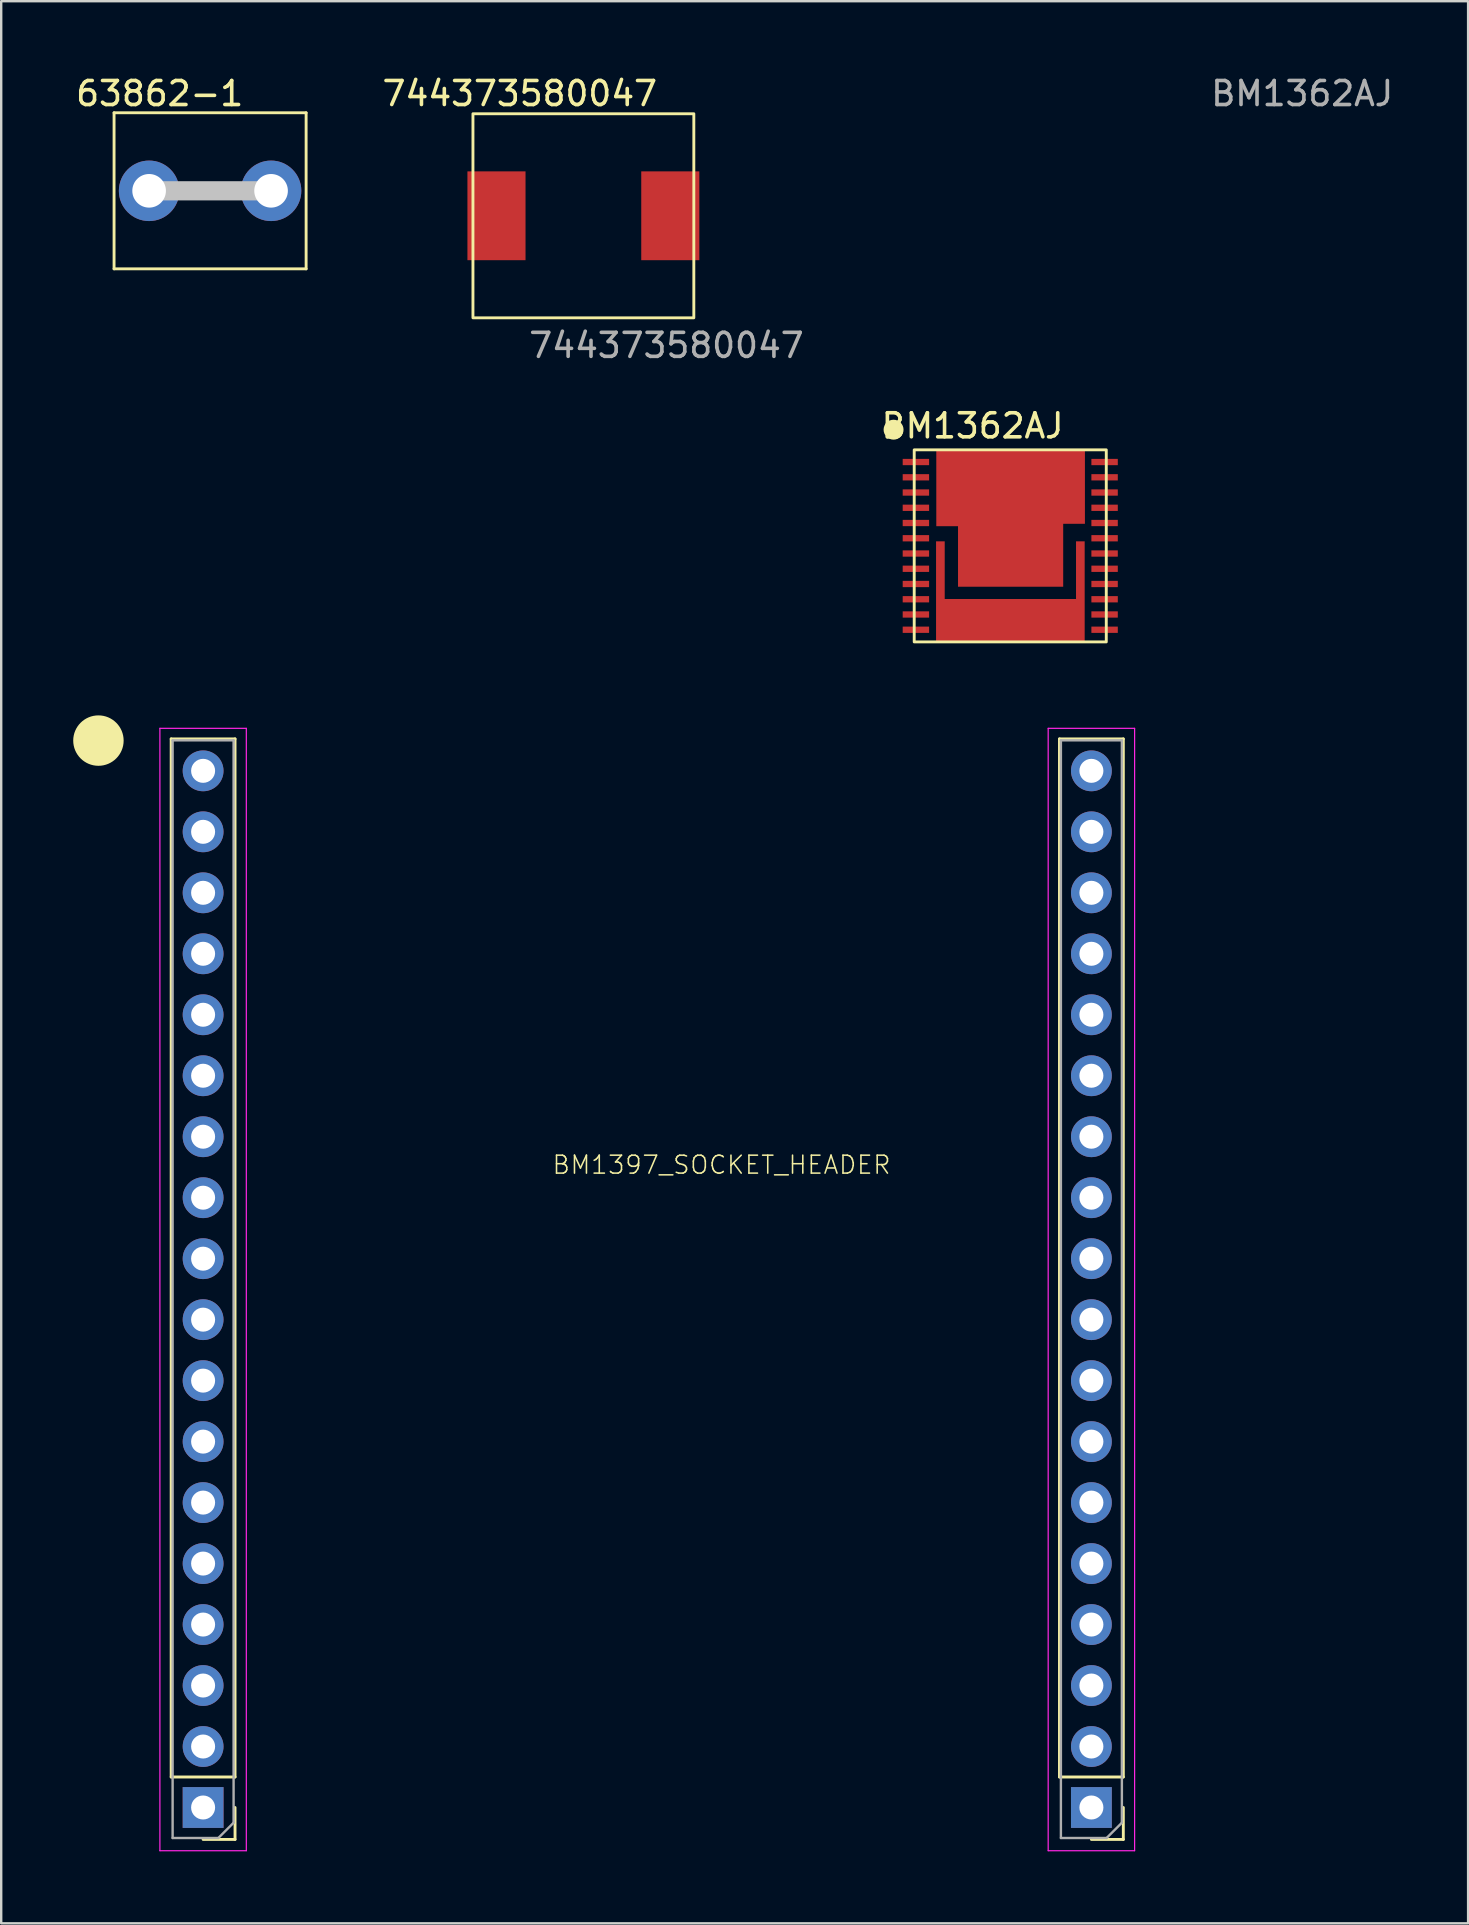
<source format=kicad_pcb>
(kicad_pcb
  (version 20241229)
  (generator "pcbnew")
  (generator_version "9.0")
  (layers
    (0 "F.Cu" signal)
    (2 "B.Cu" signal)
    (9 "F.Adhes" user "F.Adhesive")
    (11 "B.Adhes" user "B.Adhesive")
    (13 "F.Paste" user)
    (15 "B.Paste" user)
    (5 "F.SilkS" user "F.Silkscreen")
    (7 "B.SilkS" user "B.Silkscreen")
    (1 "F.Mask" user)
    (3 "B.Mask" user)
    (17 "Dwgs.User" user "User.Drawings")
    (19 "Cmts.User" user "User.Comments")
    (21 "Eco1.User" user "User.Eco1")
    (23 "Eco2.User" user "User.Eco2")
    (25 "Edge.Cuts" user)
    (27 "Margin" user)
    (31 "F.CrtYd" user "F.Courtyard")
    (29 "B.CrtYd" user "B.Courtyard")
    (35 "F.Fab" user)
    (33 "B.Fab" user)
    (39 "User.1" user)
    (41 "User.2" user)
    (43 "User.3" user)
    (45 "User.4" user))
  (footprint "BM1397_SOCKET_HEADER"
    (layer "F.Cu")
    (at 23.91 50.658)
    (property "Reference" "BM1397_SOCKET_HEADER" (at -4 -4.749 0) (layer "F.SilkS") (effects (font (size 0.748 0.748) (thickness 0.065)) (justify left bottom)))
    (fp_line (start -19.83 20.31) (end -19.83 -22.93) (stroke (width 0.12) (type solid)) (layer "F.SilkS"))
    (fp_line (start -17.17 -22.93) (end -19.83 -22.93) (stroke (width 0.12) (type solid)) (layer "F.SilkS"))
    (fp_line (start -17.17 20.31) (end -19.83 20.31) (stroke (width 0.12) (type solid)) (layer "F.SilkS"))
    (fp_line (start -17.17 20.31) (end -17.17 -22.93) (stroke (width 0.12) (type solid)) (layer "F.SilkS"))
    (fp_line (start -17.17 21.58) (end -17.17 22.91) (stroke (width 0.12) (type solid)) (layer "F.SilkS"))
    (fp_line (start -17.17 22.91) (end -18.5 22.91) (stroke (width 0.12) (type solid)) (layer "F.SilkS"))
    (fp_line (start 17.17 20.31) (end 17.17 -22.93) (stroke (width 0.12) (type solid)) (layer "F.SilkS"))
    (fp_line (start 19.83 -22.93) (end 17.17 -22.93) (stroke (width 0.12) (type solid)) (layer "F.SilkS"))
    (fp_line (start 19.83 20.31) (end 17.17 20.31) (stroke (width 0.12) (type solid)) (layer "F.SilkS"))
    (fp_line (start 19.83 20.31) (end 19.83 -22.93) (stroke (width 0.12) (type solid)) (layer "F.SilkS"))
    (fp_line (start 19.83 21.58) (end 19.83 22.91) (stroke (width 0.12) (type solid)) (layer "F.SilkS"))
    (fp_line (start 19.83 22.91) (end 18.5 22.91) (stroke (width 0.12) (type solid)) (layer "F.SilkS"))
    (fp_circle (center -22.86 -22.86) (end -21.86 -22.86) (stroke (width 0.1) (type solid)) (fill yes) (layer "F.SilkS"))
    (fp_line (start -20.3 -23.37) (end -20.3 23.38) (stroke (width 0.05) (type solid)) (layer "F.CrtYd"))
    (fp_line (start -20.3 23.38) (end -16.7 23.38) (stroke (width 0.05) (type solid)) (layer "F.CrtYd"))
    (fp_line (start -16.7 -23.37) (end -20.3 -23.37) (stroke (width 0.05) (type solid)) (layer "F.CrtYd"))
    (fp_line (start -16.7 23.38) (end -16.7 -23.37) (stroke (width 0.05) (type solid)) (layer "F.CrtYd"))
    (fp_line (start 16.7 -23.37) (end 16.7 23.38) (stroke (width 0.05) (type solid)) (layer "F.CrtYd"))
    (fp_line (start 16.7 23.38) (end 20.3 23.38) (stroke (width 0.05) (type solid)) (layer "F.CrtYd"))
    (fp_line (start 20.3 -23.37) (end 16.7 -23.37) (stroke (width 0.05) (type solid)) (layer "F.CrtYd"))
    (fp_line (start 20.3 23.38) (end 20.3 -23.37) (stroke (width 0.05) (type solid)) (layer "F.CrtYd"))
    (fp_line (start -19.77 -22.87) (end -17.23 -22.87) (stroke (width 0.1) (type solid)) (layer "F.Fab"))
    (fp_line (start -19.77 22.85) (end -19.77 -22.87) (stroke (width 0.1) (type solid)) (layer "F.Fab"))
    (fp_line (start -17.865 22.85) (end -19.77 22.85) (stroke (width 0.1) (type solid)) (layer "F.Fab"))
    (fp_line (start -17.23 -22.87) (end -17.23 22.215) (stroke (width 0.1) (type solid)) (layer "F.Fab"))
    (fp_line (start -17.23 22.215) (end -17.865 22.85) (stroke (width 0.1) (type solid)) (layer "F.Fab"))
    (fp_line (start 17.23 -22.87) (end 19.77 -22.87) (stroke (width 0.1) (type solid)) (layer "F.Fab"))
    (fp_line (start 17.23 22.85) (end 17.23 -22.87) (stroke (width 0.1) (type solid)) (layer "F.Fab"))
    (fp_line (start 19.135 22.85) (end 17.23 22.85) (stroke (width 0.1) (type solid)) (layer "F.Fab"))
    (fp_line (start 19.77 -22.87) (end 19.77 22.215) (stroke (width 0.1) (type solid)) (layer "F.Fab"))
    (fp_line (start 19.77 22.215) (end 19.135 22.85) (stroke (width 0.1) (type solid)) (layer "F.Fab"))
    (pad "1" thru_hole oval (at -18.5 -21.6 180) (size 1.7 1.7) (drill 1) (layers "*.Cu" "*.Mask") (remove_unused_layers yes) (keep_end_layers yes) (zone_layer_connections))
    (pad "2" thru_hole oval (at -18.5 -19.06 180) (size 1.7 1.7) (drill 1) (layers "*.Cu" "*.Mask") (remove_unused_layers yes) (keep_end_layers yes) (zone_layer_connections))
    (pad "3" thru_hole oval (at -18.5 -16.52 180) (size 1.7 1.7) (drill 1) (layers "*.Cu" "*.Mask") (remove_unused_layers yes) (keep_end_layers yes) (zone_layer_connections))
    (pad "4" thru_hole oval (at -18.5 -13.98 180) (size 1.7 1.7) (drill 1) (layers "*.Cu" "*.Mask") (remove_unused_layers yes) (keep_end_layers yes) (zone_layer_connections))
    (pad "5" thru_hole oval (at -18.5 -11.44 180) (size 1.7 1.7) (drill 1) (layers "*.Cu" "*.Mask") (remove_unused_layers yes) (keep_end_layers yes) (zone_layer_connections))
    (pad "6" thru_hole oval (at -18.5 -8.9 180) (size 1.7 1.7) (drill 1) (layers "*.Cu" "*.Mask") (remove_unused_layers yes) (keep_end_layers yes) (zone_layer_connections))
    (pad "7" thru_hole oval (at -18.5 -6.36 180) (size 1.7 1.7) (drill 1) (layers "*.Cu" "*.Mask") (remove_unused_layers yes) (keep_end_layers yes) (zone_layer_connections))
    (pad "8" thru_hole oval (at -18.5 -3.82 180) (size 1.7 1.7) (drill 1) (layers "*.Cu" "*.Mask") (remove_unused_layers yes) (keep_end_layers yes) (zone_layer_connections))
    (pad "9" thru_hole oval (at -18.5 -1.28 180) (size 1.7 1.7) (drill 1) (layers "*.Cu" "*.Mask") (remove_unused_layers yes) (keep_end_layers yes) (zone_layer_connections))
    (pad "10" thru_hole oval (at -18.5 1.26 180) (size 1.7 1.7) (drill 1) (layers "*.Cu" "*.Mask") (remove_unused_layers yes) (keep_end_layers yes) (zone_layer_connections))
    (pad "11" thru_hole oval (at -18.5 3.8 180) (size 1.7 1.7) (drill 1) (layers "*.Cu" "*.Mask") (remove_unused_layers yes) (keep_end_layers yes) (zone_layer_connections))
    (pad "12" thru_hole oval (at -18.5 6.34 180) (size 1.7 1.7) (drill 1) (layers "*.Cu" "*.Mask") (remove_unused_layers yes) (keep_end_layers yes) (zone_layer_connections))
    (pad "13" thru_hole oval (at -18.5 8.88 180) (size 1.7 1.7) (drill 1) (layers "*.Cu" "*.Mask") (remove_unused_layers yes) (keep_end_layers yes) (zone_layer_connections))
    (pad "14" thru_hole oval (at -18.5 11.42 180) (size 1.7 1.7) (drill 1) (layers "*.Cu" "*.Mask") (remove_unused_layers yes) (keep_end_layers yes) (zone_layer_connections))
    (pad "15" thru_hole oval (at -18.5 13.96 180) (size 1.7 1.7) (drill 1) (layers "*.Cu" "*.Mask") (remove_unused_layers yes) (keep_end_layers yes) (zone_layer_connections))
    (pad "16" thru_hole oval (at -18.5 16.5 180) (size 1.7 1.7) (drill 1) (layers "*.Cu" "*.Mask") (remove_unused_layers yes) (keep_end_layers yes) (zone_layer_connections))
    (pad "17" thru_hole rect (at 18.5 21.58 180) (size 1.7 1.7) (drill 1) (layers "*.Cu" "*.Mask") (remove_unused_layers yes) (keep_end_layers yes) (zone_layer_connections))
    (pad "18" thru_hole oval (at 18.5 19.04 180) (size 1.7 1.7) (drill 1) (layers "*.Cu" "*.Mask") (remove_unused_layers yes) (keep_end_layers yes) (zone_layer_connections))
    (pad "19" thru_hole oval (at 18.5 16.5 180) (size 1.7 1.7) (drill 1) (layers "*.Cu" "*.Mask") (remove_unused_layers yes) (keep_end_layers yes) (zone_layer_connections))
    (pad "20" thru_hole oval (at 18.5 13.96 180) (size 1.7 1.7) (drill 1) (layers "*.Cu" "*.Mask") (remove_unused_layers yes) (keep_end_layers yes) (zone_layer_connections))
    (pad "21" thru_hole oval (at 18.5 11.42 180) (size 1.7 1.7) (drill 1) (layers "*.Cu" "*.Mask") (remove_unused_layers yes) (keep_end_layers yes) (zone_layer_connections))
    (pad "22" thru_hole oval (at 18.5 8.88 180) (size 1.7 1.7) (drill 1) (layers "*.Cu" "*.Mask") (remove_unused_layers yes) (keep_end_layers yes) (zone_layer_connections))
    (pad "23" thru_hole oval (at 18.5 6.34 180) (size 1.7 1.7) (drill 1) (layers "*.Cu" "*.Mask") (remove_unused_layers yes) (keep_end_layers yes) (zone_layer_connections))
    (pad "24" thru_hole oval (at 18.5 3.8 180) (size 1.7 1.7) (drill 1) (layers "*.Cu" "*.Mask") (remove_unused_layers yes) (keep_end_layers yes) (zone_layer_connections))
    (pad "25" thru_hole oval (at 18.5 1.26 180) (size 1.7 1.7) (drill 1) (layers "*.Cu" "*.Mask") (remove_unused_layers yes) (keep_end_layers yes) (zone_layer_connections))
    (pad "26" thru_hole oval (at 18.5 -1.28 180) (size 1.7 1.7) (drill 1) (layers "*.Cu" "*.Mask") (remove_unused_layers yes) (keep_end_layers yes) (zone_layer_connections))
    (pad "27" thru_hole oval (at 18.5 -3.82 180) (size 1.7 1.7) (drill 1) (layers "*.Cu" "*.Mask") (remove_unused_layers yes) (keep_end_layers yes) (zone_layer_connections))
    (pad "28" thru_hole oval (at 18.5 -6.36 180) (size 1.7 1.7) (drill 1) (layers "*.Cu" "*.Mask") (remove_unused_layers yes) (keep_end_layers yes) (zone_layer_connections))
    (pad "29" thru_hole oval (at 18.5 -8.9 180) (size 1.7 1.7) (drill 1) (layers "*.Cu" "*.Mask") (remove_unused_layers yes) (keep_end_layers yes) (zone_layer_connections))
    (pad "30" thru_hole oval (at 18.5 -11.44 180) (size 1.7 1.7) (drill 1) (layers "*.Cu" "*.Mask") (remove_unused_layers yes) (keep_end_layers yes) (zone_layer_connections))
    (pad "31" thru_hole oval (at 18.5 -13.98 180) (size 1.7 1.7) (drill 1) (layers "*.Cu" "*.Mask") (remove_unused_layers yes) (keep_end_layers yes) (zone_layer_connections))
    (pad "32" thru_hole oval (at 18.5 -16.52 180) (size 1.7 1.7) (drill 1) (layers "*.Cu" "*.Mask") (remove_unused_layers yes) (keep_end_layers yes) (zone_layer_connections))
    (pad "33" thru_hole oval (at 18.5 -21.6 180) (size 1.7 1.7) (drill 1) (layers "*.Cu" "*.Mask") (remove_unused_layers yes) (keep_end_layers yes) (zone_layer_connections))
    (pad "33" thru_hole oval (at 18.5 -19.06 180) (size 1.7 1.7) (drill 1) (layers "*.Cu" "*.Mask") (remove_unused_layers yes) (keep_end_layers yes) (zone_layer_connections))
    (pad "34" thru_hole oval (at -18.5 19.04 180) (size 1.7 1.7) (drill 1) (layers "*.Cu" "*.Mask") (remove_unused_layers yes) (keep_end_layers yes) (zone_layer_connections))
    (pad "34" thru_hole rect (at -18.5 21.58 180) (size 1.7 1.7) (drill 1) (layers "*.Cu" "*.Mask") (remove_unused_layers yes) (keep_end_layers yes) (zone_layer_connections)))
  (footprint "BM1362AJ"
    (layer "F.Cu")
    (at 39.03 19.688)
    (property "Reference" "BM1362AJ" (at -1.57 -5 0) (unlocked yes) (layer "F.SilkS") (effects (font (size 1 1) (thickness 0.15))))
    (attr smd)
    (fp_rect (start -4 -4) (end 4 4) (stroke (width 0.12) (type default)) (fill no) (layer "F.SilkS"))
    (fp_circle (center -4.86 -4.84) (end -4.505 -4.84) (stroke (width 0.12) (type solid)) (fill yes) (layer "F.SilkS"))
    (fp_text user "${REFERENCE}" (at 12.16 -18.84 0) (unlocked yes) (layer "F.Fab") (effects (font (size 1 1) (thickness 0.15))))
    (pad "1" smd rect (at -3.93 -3.493 90) (size 0.262 1.1) (layers "F.Cu" "F.Mask" "F.Paste"))
    (pad "2" smd rect (at -3.93 -2.857 90) (size 0.262 1.1) (layers "F.Cu" "F.Mask" "F.Paste"))
    (pad "3" smd rect (at -3.93 -2.223 90) (size 0.262 1.1) (layers "F.Cu" "F.Mask" "F.Paste"))
    (pad "4" smd rect (at -3.93 -1.587 90) (size 0.262 1.1) (layers "F.Cu" "F.Mask" "F.Paste"))
    (pad "5" smd rect (at -3.93 -0.953 90) (size 0.262 1.1) (layers "F.Cu" "F.Mask" "F.Paste"))
    (pad "6" smd rect (at -3.93 -0.318 90) (size 0.262 1.1) (layers "F.Cu" "F.Mask" "F.Paste"))
    (pad "7" smd rect (at -3.93 0.318 90) (size 0.262 1.1) (layers "F.Cu" "F.Mask" "F.Paste"))
    (pad "8" smd rect (at -3.93 0.953 90) (size 0.262 1.1) (layers "F.Cu" "F.Mask" "F.Paste"))
    (pad "9" smd rect (at -3.93 1.587 90) (size 0.262 1.1) (layers "F.Cu" "F.Mask" "F.Paste"))
    (pad "10" smd rect (at -3.93 2.223 90) (size 0.262 1.1) (layers "F.Cu" "F.Mask" "F.Paste"))
    (pad "11" smd rect (at -3.93 2.857 90) (size 0.262 1.1) (layers "F.Cu" "F.Mask" "F.Paste"))
    (pad "12" smd rect (at -3.93 3.493 90) (size 0.262 1.1) (layers "F.Cu" "F.Mask" "F.Paste"))
    (pad "13" smd rect (at 3.93 3.493 90) (size 0.262 1.1) (layers "F.Cu" "F.Mask" "F.Paste"))
    (pad "14" smd rect (at 3.93 2.857 90) (size 0.262 1.1) (layers "F.Cu" "F.Mask" "F.Paste"))
    (pad "15" smd rect (at 3.93 2.223 90) (size 0.262 1.1) (layers "F.Cu" "F.Mask" "F.Paste"))
    (pad "16" smd rect (at 3.93 1.587 90) (size 0.262 1.1) (layers "F.Cu" "F.Mask" "F.Paste"))
    (pad "17" smd rect (at 3.93 0.953 90) (size 0.262 1.1) (layers "F.Cu" "F.Mask" "F.Paste"))
    (pad "18" smd rect (at 3.93 0.318 90) (size 0.262 1.1) (layers "F.Cu" "F.Mask" "F.Paste"))
    (pad "19" smd rect (at 3.93 -0.318 90) (size 0.262 1.1) (layers "F.Cu" "F.Mask" "F.Paste"))
    (pad "20" smd rect (at 3.93 -0.953 90) (size 0.262 1.1) (layers "F.Cu" "F.Mask" "F.Paste"))
    (pad "21" smd rect (at 3.93 -1.587 90) (size 0.262 1.1) (layers "F.Cu" "F.Mask" "F.Paste"))
    (pad "22" smd rect (at 3.93 -2.223 90) (size 0.262 1.1) (layers "F.Cu" "F.Mask" "F.Paste"))
    (pad "23" smd rect (at 3.93 -2.857 90) (size 0.262 1.1) (layers "F.Cu" "F.Mask" "F.Paste"))
    (pad "24" smd rect (at 3.93 -3.493 90) (size 0.262 1.1) (layers "F.Cu" "F.Mask" "F.Paste"))
    (pad "25" smd custom (at -3.08 -4) (size 0.001 0.001) (layers "F.Cu" "F.Mask" "F.Paste") (options (anchor rect)) (primitives (gr_poly (pts (xy 0 0) (xy 0 3.18) (xy 0.905 3.18) (xy 0.905 5.702) (xy 5.285 5.702) (xy 5.285 3.08) (xy 6.19 3.08) (xy 6.19 0)) (width 0.001) (fill yes))))
    (pad "26" smd custom (at -3.09 -0.19) (size 0.001 0.001) (layers "F.Cu" "F.Mask" "F.Paste") (options (anchor rect)) (primitives (gr_poly (pts (xy 0 0) (xy 0 4.19) (xy 6.19 4.19) (xy 6.19 0) (xy 5.83 0) (xy 5.83 2.402) (xy 0.36 2.402) (xy 0.36 0)) (width 0.001) (fill yes)))))
  (footprint "63862-1"
    (layer "F.Cu")
    (at 5.701 4.898)
    (property "Reference" "63862-1" (at -2.1 -4.05 0) (unlocked yes) (layer "F.SilkS") (effects (font (size 1 1) (thickness 0.15))))
    (fp_line (start -4 -3.25) (end 4 -3.25) (stroke (width 0.12) (type solid)) (layer "F.SilkS"))
    (fp_line (start -4 3.25) (end -4 -3.25) (stroke (width 0.12) (type solid)) (layer "F.SilkS"))
    (fp_line (start 4 -3.25) (end 4 3.25) (stroke (width 0.12) (type solid)) (layer "F.SilkS"))
    (fp_line (start 4 3.25) (end -4 3.25) (stroke (width 0.12) (type solid)) (layer "F.SilkS"))
    (fp_line (start -2.49 0) (end 2.61 0) (stroke (width 0.8) (type solid)) (layer "Dwgs.User"))
    (pad "1" thru_hole circle (at -2.54 0) (size 2.52 2.52) (drill 1.4) (layers "*.Cu" "*.Mask"))
    (pad "1" thru_hole circle (at 2.54 0) (size 2.52 2.52) (drill 1.4) (layers "*.Cu" "*.Mask")))
  (footprint "744373580047"
    (layer "F.Cu")
    (at 21.25 5.938)
    (property "Reference" "744373580047" (at -2.65 -5.09 0) (unlocked yes) (layer "F.SilkS") (effects (font (size 1 1) (thickness 0.15))))
    (attr smd)
    (fp_rect (start -4.6 -4.25) (end 4.6 4.25) (stroke (width 0.12) (type default)) (fill no) (layer "F.SilkS"))
    (fp_text user "${REFERENCE}" (at 3.46 5.4 0) (unlocked yes) (layer "F.Fab") (effects (font (size 1 1) (thickness 0.15))))
    (pad "1" smd rect (at -3.62 0) (size 2.42 3.7) (layers "F.Cu" "F.Mask" "F.Paste"))
    (pad "2" smd rect (at 3.62 0) (size 2.42 3.7) (layers "F.Cu" "F.Mask" "F.Paste")))
  (gr_rect
    (start -3 -3)
    (end 58.101 77.063)
    (stroke (width 0.1) (type default))
    (fill no)
    (layer "Edge.Cuts")))
</source>
